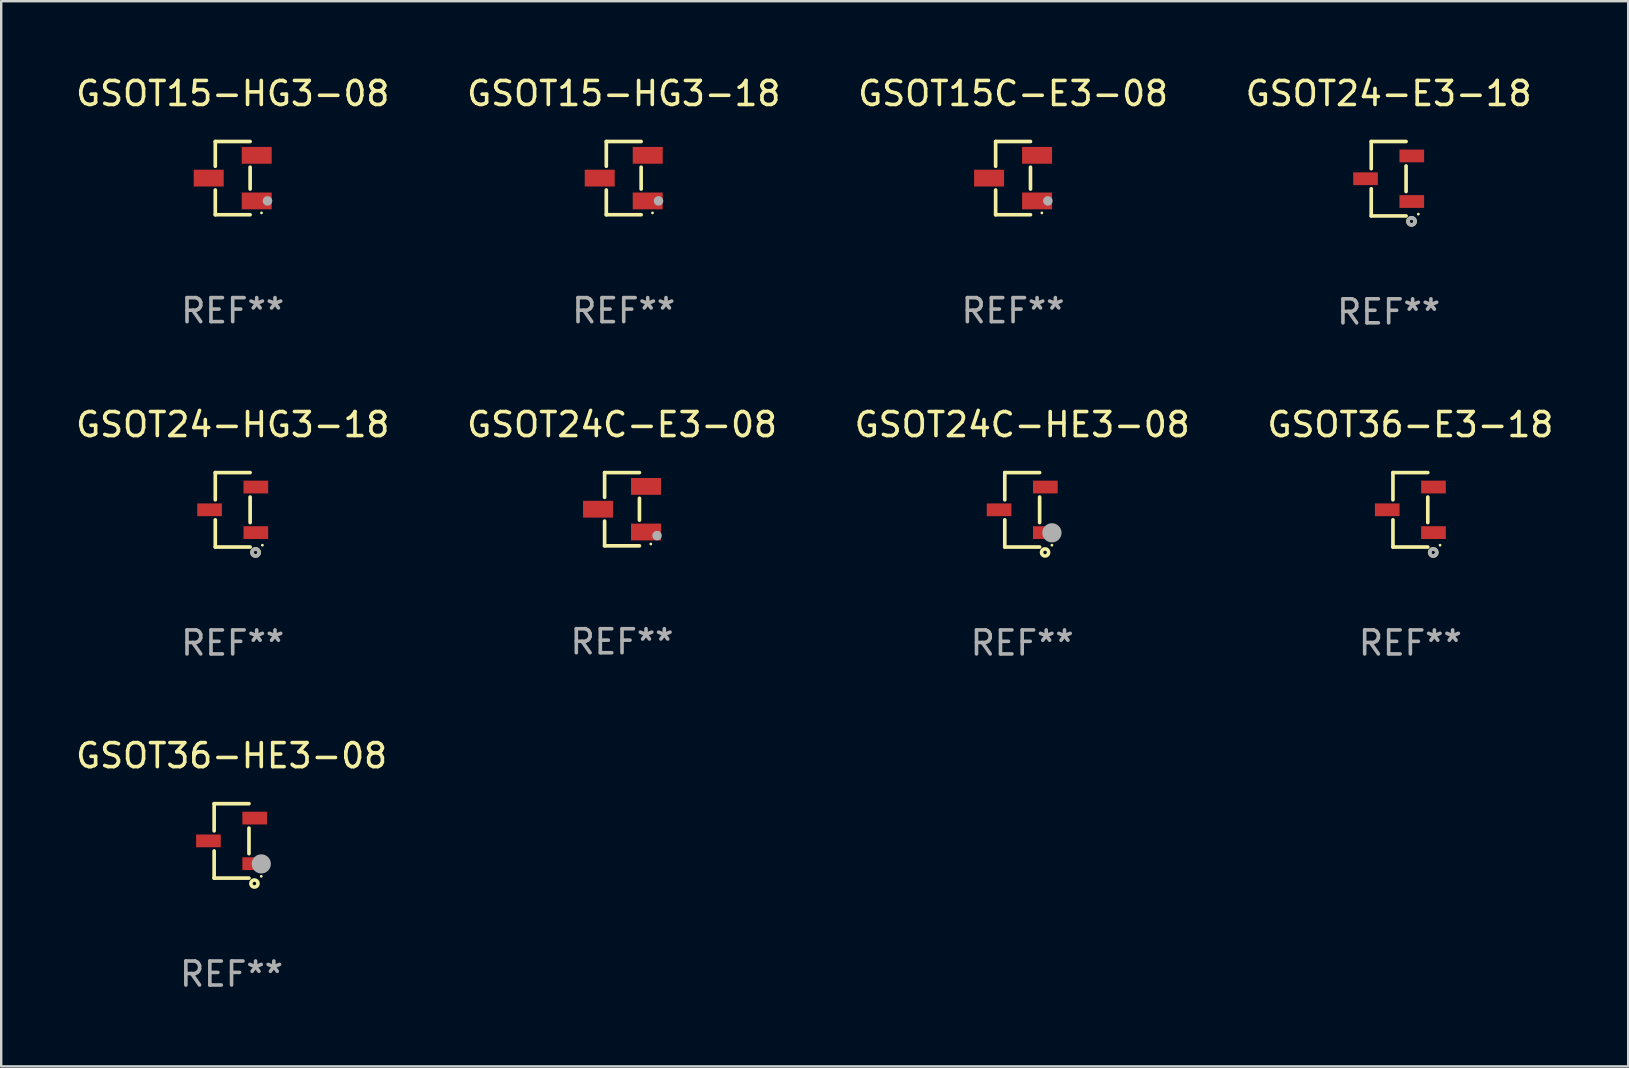
<source format=kicad_pcb>
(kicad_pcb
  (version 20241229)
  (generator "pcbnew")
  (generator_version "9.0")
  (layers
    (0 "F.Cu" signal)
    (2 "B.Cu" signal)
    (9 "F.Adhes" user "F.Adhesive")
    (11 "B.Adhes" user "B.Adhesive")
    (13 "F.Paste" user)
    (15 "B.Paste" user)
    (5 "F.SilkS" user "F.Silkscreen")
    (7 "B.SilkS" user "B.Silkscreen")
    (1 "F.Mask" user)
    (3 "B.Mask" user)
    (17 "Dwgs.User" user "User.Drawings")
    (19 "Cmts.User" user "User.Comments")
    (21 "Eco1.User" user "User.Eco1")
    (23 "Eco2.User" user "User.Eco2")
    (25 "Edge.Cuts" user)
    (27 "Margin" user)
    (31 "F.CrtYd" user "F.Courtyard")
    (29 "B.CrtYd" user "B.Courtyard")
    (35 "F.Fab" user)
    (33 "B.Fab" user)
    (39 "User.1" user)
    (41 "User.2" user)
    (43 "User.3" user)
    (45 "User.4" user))
  (footprint "GSOT36-E3-18"
    (layer "F.Cu")
    (at 55.732 18.198)
    (property "Reference" "GSOT36-E3-18" (at 0 -3.551 0) (layer "F.SilkS") (effects (font (size 1 1) (thickness 0.15))))
    (attr through_hole)
    (fp_line (start -0.726 -1.551) (end -0.726 -0.418) (stroke (width 0.152) (type solid)) (layer "F.SilkS"))
    (fp_line (start -0.726 1.551) (end -0.726 0.418) (stroke (width 0.152) (type solid)) (layer "F.SilkS"))
    (fp_line (start 0.726 -1.551) (end -0.726 -1.551) (stroke (width 0.152) (type solid)) (layer "F.SilkS"))
    (fp_line (start 0.726 0.532) (end 0.726 -0.532) (stroke (width 0.152) (type solid)) (layer "F.SilkS"))
    (fp_line (start 0.726 1.551) (end -0.726 1.551) (stroke (width 0.152) (type solid)) (layer "F.SilkS"))
    (fp_circle (center 0.953 1.777) (end 1.027 1.777) (stroke (width 0.15) (type solid)) (fill no) (layer "F.SilkS"))
    (fp_circle (center 1.237 1.475) (end 1.267 1.475) (stroke (width 0.06) (type solid)) (fill no) (layer "F.SilkS"))
    (fp_circle (center 0.953 1.777) (end 1.027 1.777) (stroke (width 0.15) (type solid)) (fill no) (layer "F.Fab"))
    (fp_text user "REF**" (at 0 5.551 0) (layer "F.Fab") (effects (font (size 1 1) (thickness 0.15))))
    (pad "1" smd rect (at 0.964 0.95 90) (size 0.532 1.028) (layers "F.Cu" "F.Mask" "F.Paste"))
    (pad "2" smd rect (at 0.964 -0.95 90) (size 0.532 1.028) (layers "F.Cu" "F.Mask" "F.Paste"))
    (pad "3" smd rect (at -0.964 -0.000025 90) (size 0.532 1.028) (layers "F.Cu" "F.Mask" "F.Paste")))
  (footprint "GSOT24C-HE3-08"
    (layer "F.Cu")
    (at 39.554 18.198)
    (property "Reference" "GSOT24C-HE3-08" (at 0 -3.551 0) (layer "F.SilkS") (effects (font (size 1 1) (thickness 0.15))))
    (attr through_hole)
    (fp_line (start -0.726 -1.551) (end -0.726 -0.418) (stroke (width 0.152) (type solid)) (layer "F.SilkS"))
    (fp_line (start -0.726 1.551) (end -0.726 0.418) (stroke (width 0.152) (type solid)) (layer "F.SilkS"))
    (fp_line (start 0.726 -1.551) (end -0.726 -1.551) (stroke (width 0.152) (type solid)) (layer "F.SilkS"))
    (fp_line (start 0.726 0.532) (end 0.726 -0.532) (stroke (width 0.152) (type solid)) (layer "F.SilkS"))
    (fp_line (start 0.726 1.551) (end -0.726 1.551) (stroke (width 0.152) (type solid)) (layer "F.SilkS"))
    (fp_circle (center 0.953 1.777) (end 1.027 1.777) (stroke (width 0.15) (type solid)) (fill no) (layer "F.SilkS"))
    (fp_circle (center 1.238 1.475) (end 1.268 1.475) (stroke (width 0.06) (type solid)) (fill no) (layer "F.SilkS"))
    (fp_circle (center 1.239 0.959) (end 1.439 0.959) (stroke (width 0.4) (type solid)) (fill no) (layer "F.Fab"))
    (fp_text user "REF**" (at 0 5.551 0) (layer "F.Fab") (effects (font (size 1 1) (thickness 0.15))))
    (pad "1" smd rect (at 0.964 0.95 90) (size 0.532 1.028) (layers "F.Cu" "F.Mask" "F.Paste"))
    (pad "2" smd rect (at 0.964 -0.95 90) (size 0.532 1.028) (layers "F.Cu" "F.Mask" "F.Paste"))
    (pad "3" smd rect (at -0.964 -0.000025 90) (size 0.532 1.028) (layers "F.Cu" "F.Mask" "F.Paste")))
  (footprint "GSOT15C-E3-08"
    (layer "F.Cu")
    (at 39.173 4.374)
    (property "Reference" "GSOT15C-E3-08" (at 0 -3.526 0) (layer "F.SilkS") (effects (font (size 1 1) (thickness 0.15))))
    (attr through_hole)
    (fp_line (start -0.726 -1.526) (end -0.726 -0.495) (stroke (width 0.152) (type solid)) (layer "F.SilkS"))
    (fp_line (start -0.726 1.526) (end -0.726 0.495) (stroke (width 0.152) (type solid)) (layer "F.SilkS"))
    (fp_line (start 0.726 -1.526) (end -0.726 -1.526) (stroke (width 0.152) (type solid)) (layer "F.SilkS"))
    (fp_line (start 0.726 -0.455) (end 0.726 0.455) (stroke (width 0.152) (type solid)) (layer "F.SilkS"))
    (fp_line (start 0.726 1.526) (end -0.726 1.526) (stroke (width 0.152) (type solid)) (layer "F.SilkS"))
    (fp_circle (center 1.2 1.45) (end 1.23 1.45) (stroke (width 0.06) (type solid)) (fill no) (layer "F.SilkS"))
    (fp_circle (center 1.45 0.95) (end 1.55 0.95) (stroke (width 0.2) (type solid)) (fill no) (layer "F.Fab"))
    (fp_text user "REF**" (at 0 5.526 0) (layer "F.Fab") (effects (font (size 1 1) (thickness 0.15))))
    (pad "1" smd rect (at 1 0.95) (size 1.25 0.7) (layers "F.Cu" "F.Mask" "F.Paste"))
    (pad "2" smd rect (at 1 -0.95) (size 1.25 0.7) (layers "F.Cu" "F.Mask" "F.Paste"))
    (pad "3" smd rect (at -1 0) (size 1.25 0.7) (layers "F.Cu" "F.Mask" "F.Paste")))
  (footprint "GSOT15-HG3-18"
    (layer "F.Cu")
    (at 22.946 4.374)
    (property "Reference" "GSOT15-HG3-18" (at 0 -3.526 0) (layer "F.SilkS") (effects (font (size 1 1) (thickness 0.15))))
    (attr through_hole)
    (fp_line (start -0.726 -1.526) (end -0.726 -0.495) (stroke (width 0.152) (type solid)) (layer "F.SilkS"))
    (fp_line (start -0.726 1.526) (end -0.726 0.495) (stroke (width 0.152) (type solid)) (layer "F.SilkS"))
    (fp_line (start 0.726 -1.526) (end -0.726 -1.526) (stroke (width 0.152) (type solid)) (layer "F.SilkS"))
    (fp_line (start 0.726 -0.455) (end 0.726 0.455) (stroke (width 0.152) (type solid)) (layer "F.SilkS"))
    (fp_line (start 0.726 1.526) (end -0.726 1.526) (stroke (width 0.152) (type solid)) (layer "F.SilkS"))
    (fp_circle (center 1.2 1.45) (end 1.23 1.45) (stroke (width 0.06) (type solid)) (fill no) (layer "F.SilkS"))
    (fp_circle (center 1.45 0.95) (end 1.55 0.95) (stroke (width 0.2) (type solid)) (fill no) (layer "F.Fab"))
    (fp_text user "REF**" (at 0 5.526 0) (layer "F.Fab") (effects (font (size 1 1) (thickness 0.15))))
    (pad "1" smd rect (at 1 0.95) (size 1.25 0.7) (layers "F.Cu" "F.Mask" "F.Paste"))
    (pad "2" smd rect (at 1 -0.95) (size 1.25 0.7) (layers "F.Cu" "F.Mask" "F.Paste"))
    (pad "3" smd rect (at -1 0) (size 1.25 0.7) (layers "F.Cu" "F.Mask" "F.Paste")))
  (footprint "GSOT15-HG3-08"
    (layer "F.Cu")
    (at 6.649 4.374)
    (property "Reference" "GSOT15-HG3-08" (at 0 -3.526 0) (layer "F.SilkS") (effects (font (size 1 1) (thickness 0.15))))
    (attr through_hole)
    (fp_line (start -0.726 -1.526) (end -0.726 -0.495) (stroke (width 0.152) (type solid)) (layer "F.SilkS"))
    (fp_line (start -0.726 1.526) (end -0.726 0.495) (stroke (width 0.152) (type solid)) (layer "F.SilkS"))
    (fp_line (start 0.726 -1.526) (end -0.726 -1.526) (stroke (width 0.152) (type solid)) (layer "F.SilkS"))
    (fp_line (start 0.726 -0.455) (end 0.726 0.455) (stroke (width 0.152) (type solid)) (layer "F.SilkS"))
    (fp_line (start 0.726 1.526) (end -0.726 1.526) (stroke (width 0.152) (type solid)) (layer "F.SilkS"))
    (fp_circle (center 1.2 1.45) (end 1.23 1.45) (stroke (width 0.06) (type solid)) (fill no) (layer "F.SilkS"))
    (fp_circle (center 1.45 0.95) (end 1.55 0.95) (stroke (width 0.2) (type solid)) (fill no) (layer "F.Fab"))
    (fp_text user "REF**" (at 0 5.526 0) (layer "F.Fab") (effects (font (size 1 1) (thickness 0.15))))
    (pad "1" smd rect (at 1 0.95) (size 1.25 0.7) (layers "F.Cu" "F.Mask" "F.Paste"))
    (pad "2" smd rect (at 1 -0.95) (size 1.25 0.7) (layers "F.Cu" "F.Mask" "F.Paste"))
    (pad "3" smd rect (at -1 0) (size 1.25 0.7) (layers "F.Cu" "F.Mask" "F.Paste")))
  (footprint "GSOT24C-E3-08"
    (layer "F.Cu")
    (at 22.875 18.173)
    (property "Reference" "GSOT24C-E3-08" (at 0 -3.526 0) (layer "F.SilkS") (effects (font (size 1 1) (thickness 0.15))))
    (attr through_hole)
    (fp_line (start -0.726 -1.526) (end -0.726 -0.495) (stroke (width 0.152) (type solid)) (layer "F.SilkS"))
    (fp_line (start -0.726 1.526) (end -0.726 0.495) (stroke (width 0.152) (type solid)) (layer "F.SilkS"))
    (fp_line (start 0.726 -1.526) (end -0.726 -1.526) (stroke (width 0.152) (type solid)) (layer "F.SilkS"))
    (fp_line (start 0.726 -0.455) (end 0.726 0.455) (stroke (width 0.152) (type solid)) (layer "F.SilkS"))
    (fp_line (start 0.726 1.526) (end -0.726 1.526) (stroke (width 0.152) (type solid)) (layer "F.SilkS"))
    (fp_circle (center 1.2 1.45) (end 1.23 1.45) (stroke (width 0.06) (type solid)) (fill no) (layer "F.SilkS"))
    (fp_circle (center 1.46 1.1) (end 1.56 1.1) (stroke (width 0.2) (type solid)) (fill no) (layer "F.Fab"))
    (fp_text user "REF**" (at 0 5.526 0) (layer "F.Fab") (effects (font (size 1 1) (thickness 0.15))))
    (pad "1" smd rect (at 1 0.95) (size 1.25 0.7) (layers "F.Cu" "F.Mask" "F.Paste"))
    (pad "2" smd rect (at 1 -0.95) (size 1.25 0.7) (layers "F.Cu" "F.Mask" "F.Paste"))
    (pad "3" smd rect (at -1 0) (size 1.25 0.7) (layers "F.Cu" "F.Mask" "F.Paste")))
  (footprint "GSOT24-E3-18"
    (layer "F.Cu")
    (at 54.827 4.399)
    (property "Reference" "GSOT24-E3-18" (at 0 -3.551 0) (layer "F.SilkS") (effects (font (size 1 1) (thickness 0.15))))
    (attr through_hole)
    (fp_line (start -0.726 -1.551) (end -0.726 -0.418) (stroke (width 0.152) (type solid)) (layer "F.SilkS"))
    (fp_line (start -0.726 1.551) (end -0.726 0.418) (stroke (width 0.152) (type solid)) (layer "F.SilkS"))
    (fp_line (start 0.726 -1.551) (end -0.726 -1.551) (stroke (width 0.152) (type solid)) (layer "F.SilkS"))
    (fp_line (start 0.726 0.532) (end 0.726 -0.532) (stroke (width 0.152) (type solid)) (layer "F.SilkS"))
    (fp_line (start 0.726 1.551) (end -0.726 1.551) (stroke (width 0.152) (type solid)) (layer "F.SilkS"))
    (fp_circle (center 0.953 1.777) (end 1.027 1.777) (stroke (width 0.15) (type solid)) (fill no) (layer "F.SilkS"))
    (fp_circle (center 1.237 1.475) (end 1.267 1.475) (stroke (width 0.06) (type solid)) (fill no) (layer "F.SilkS"))
    (fp_circle (center 0.953 1.777) (end 1.027 1.777) (stroke (width 0.15) (type solid)) (fill no) (layer "F.Fab"))
    (fp_text user "REF**" (at 0 5.551 0) (layer "F.Fab") (effects (font (size 1 1) (thickness 0.15))))
    (pad "1" smd rect (at 0.964 0.95 90) (size 0.532 1.028) (layers "F.Cu" "F.Mask" "F.Paste"))
    (pad "2" smd rect (at 0.964 -0.95 90) (size 0.532 1.028) (layers "F.Cu" "F.Mask" "F.Paste"))
    (pad "3" smd rect (at -0.964 -0.000025 90) (size 0.532 1.028) (layers "F.Cu" "F.Mask" "F.Paste")))
  (footprint "GSOT36-HE3-08"
    (layer "F.Cu")
    (at 6.601 31.997)
    (property "Reference" "GSOT36-HE3-08" (at 0 -3.551 0) (layer "F.SilkS") (effects (font (size 1 1) (thickness 0.15))))
    (attr through_hole)
    (fp_line (start -0.726 -1.551) (end -0.726 -0.418) (stroke (width 0.152) (type solid)) (layer "F.SilkS"))
    (fp_line (start -0.726 1.551) (end -0.726 0.418) (stroke (width 0.152) (type solid)) (layer "F.SilkS"))
    (fp_line (start 0.726 -1.551) (end -0.726 -1.551) (stroke (width 0.152) (type solid)) (layer "F.SilkS"))
    (fp_line (start 0.726 0.532) (end 0.726 -0.532) (stroke (width 0.152) (type solid)) (layer "F.SilkS"))
    (fp_line (start 0.726 1.551) (end -0.726 1.551) (stroke (width 0.152) (type solid)) (layer "F.SilkS"))
    (fp_circle (center 0.953 1.777) (end 1.027 1.777) (stroke (width 0.15) (type solid)) (fill no) (layer "F.SilkS"))
    (fp_circle (center 1.238 1.475) (end 1.268 1.475) (stroke (width 0.06) (type solid)) (fill no) (layer "F.SilkS"))
    (fp_circle (center 1.239 0.959) (end 1.439 0.959) (stroke (width 0.4) (type solid)) (fill no) (layer "F.Fab"))
    (fp_text user "REF**" (at 0 5.551 0) (layer "F.Fab") (effects (font (size 1 1) (thickness 0.15))))
    (pad "1" smd rect (at 0.964 0.95 90) (size 0.532 1.028) (layers "F.Cu" "F.Mask" "F.Paste"))
    (pad "2" smd rect (at 0.964 -0.95 90) (size 0.532 1.028) (layers "F.Cu" "F.Mask" "F.Paste"))
    (pad "3" smd rect (at -0.964 -0.000025 90) (size 0.532 1.028) (layers "F.Cu" "F.Mask" "F.Paste")))
  (footprint "GSOT24-HG3-18"
    (layer "F.Cu")
    (at 6.649 18.198)
    (property "Reference" "GSOT24-HG3-18" (at 0 -3.551 0) (layer "F.SilkS") (effects (font (size 1 1) (thickness 0.15))))
    (attr through_hole)
    (fp_line (start -0.726 -1.551) (end -0.726 -0.418) (stroke (width 0.152) (type solid)) (layer "F.SilkS"))
    (fp_line (start -0.726 1.551) (end -0.726 0.418) (stroke (width 0.152) (type solid)) (layer "F.SilkS"))
    (fp_line (start 0.726 -1.551) (end -0.726 -1.551) (stroke (width 0.152) (type solid)) (layer "F.SilkS"))
    (fp_line (start 0.726 0.532) (end 0.726 -0.532) (stroke (width 0.152) (type solid)) (layer "F.SilkS"))
    (fp_line (start 0.726 1.551) (end -0.726 1.551) (stroke (width 0.152) (type solid)) (layer "F.SilkS"))
    (fp_circle (center 0.953 1.777) (end 1.027 1.777) (stroke (width 0.15) (type solid)) (fill no) (layer "F.SilkS"))
    (fp_circle (center 1.237 1.475) (end 1.267 1.475) (stroke (width 0.06) (type solid)) (fill no) (layer "F.SilkS"))
    (fp_circle (center 0.953 1.777) (end 1.027 1.777) (stroke (width 0.15) (type solid)) (fill no) (layer "F.Fab"))
    (fp_text user "REF**" (at 0 5.551 0) (layer "F.Fab") (effects (font (size 1 1) (thickness 0.15))))
    (pad "1" smd rect (at 0.964 0.95 90) (size 0.532 1.028) (layers "F.Cu" "F.Mask" "F.Paste"))
    (pad "2" smd rect (at 0.964 -0.95 90) (size 0.532 1.028) (layers "F.Cu" "F.Mask" "F.Paste"))
    (pad "3" smd rect (at -0.964 -0.000025 90) (size 0.532 1.028) (layers "F.Cu" "F.Mask" "F.Paste")))
  (gr_rect
    (start -3 -3)
    (end 64.81 41.397)
    (stroke (width 0.1) (type default))
    (fill no)
    (layer "Edge.Cuts")))
</source>
